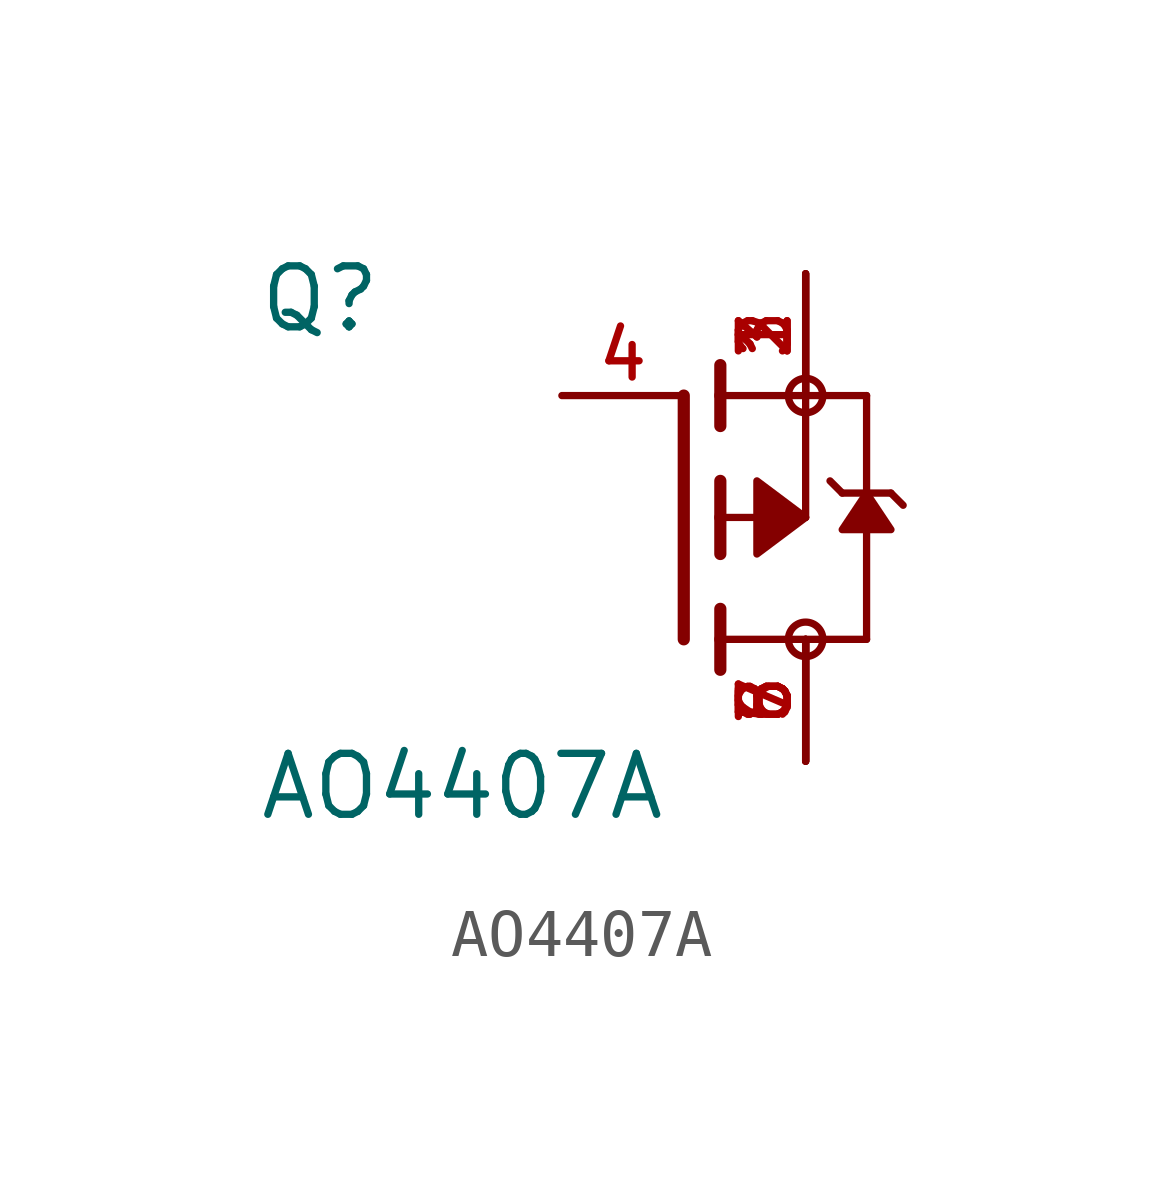
<source format=kicad_sym>
(kicad_symbol_lib
  (version 20211014)
  (generator kicad_symbol_editor)
  (symbol "AO4407A"
    (pin_names
      (offset 1.016))
    (property "Reference" "Q"
      (at -8.89 3.81 0)
      (effects (font (size 1.27 1.27)) (justify bottom left)))
    (property "Value" "AO4407A"
      (at -8.89 -6.35 0)
      (effects (font (size 1.27 1.27)) (justify bottom left)))
    (symbol "AO4407A_0_0"
      (polyline (pts (xy 0.762 -0.762) (xy 0.762 0.0)) (stroke (width 0.254)))
      (polyline (pts (xy 0.762 0.0) (xy 0.762 0.762)) (stroke (width 0.254)))
      (polyline (pts (xy 0.762 -3.175) (xy 0.762 -2.54)) (stroke (width 0.254)))
      (polyline (pts (xy 0.762 -2.54) (xy 0.762 -1.905)) (stroke (width 0.254)))
      (polyline (pts (xy 0.762 0.0) (xy 2.54 0.0)) (stroke (width 0.152)))
      (polyline (pts (xy 2.54 0.0) (xy 2.54 2.54)) (stroke (width 0.152)))
      (polyline (pts (xy 0.762 1.905) (xy 0.762 2.54)) (stroke (width 0.254)))
      (polyline (pts (xy 0.762 2.54) (xy 0.762 3.175)) (stroke (width 0.254)))
      (polyline (pts (xy 0.0 -2.54) (xy 0.0 2.54)) (stroke (width 0.254)))
      (polyline (pts (xy 2.54 2.54) (xy 0.762 2.54)) (stroke (width 0.152)))
      (polyline (pts (xy 3.81 -2.54) (xy 3.81 0.508)) (stroke (width 0.152)))
      (polyline (pts (xy 3.81 0.508) (xy 3.81 2.54)) (stroke (width 0.152)))
      (polyline (pts (xy 2.54 2.54) (xy 3.81 2.54)) (stroke (width 0.152)))
      (polyline (pts (xy 0.762 -2.54) (xy 3.81 -2.54)) (stroke (width 0.152)))
      (polyline (pts (xy 3.048 0.762) (xy 3.302 0.508)) (stroke (width 0.152)))
      (polyline (pts (xy 3.302 0.508) (xy 3.81 0.508)) (stroke (width 0.152)))
      (polyline (pts (xy 3.81 0.508) (xy 4.318 0.508)) (stroke (width 0.152)))
      (polyline (pts (xy 4.318 0.508) (xy 4.572 0.254)) (stroke (width 0.152)))
      (circle (center 2.54 2.54) (radius 0.359) (stroke (width 0.0)) (fill (type none)))
      (circle (center 2.54 -2.54) (radius 0.359) (stroke (width 0.0)) (fill (type none)))
      (polyline (pts (xy 3.81 0.508) (xy 4.318 -0.254) (xy 3.302 -0.254) (xy 3.81 0.508)) (stroke (width 0.152)) (fill (type outline)))
      (polyline (pts (xy 2.54 0.0) (xy 1.524 0.762) (xy 1.524 -0.762) (xy 2.54 0.0)) (stroke (width 0.152)) (fill (type outline)))
      (pin passive line (at 2.54 5.08 270.0) (length 2.54) (name "~" (effects (font (size 1.016 1.016)))) (number "1" (effects (font (size 1.016 1.016)))))
      (pin passive line (at 2.54 5.08 270.0) (length 2.54) (name "~" (effects (font (size 1.016 1.016)))) (number "2" (effects (font (size 1.016 1.016)))))
      (pin passive line (at 2.54 5.08 270.0) (length 2.54) (name "~" (effects (font (size 1.016 1.016)))) (number "3" (effects (font (size 1.016 1.016)))))
      (pin passive line (at -2.54 2.54 0) (length 2.54) (name "~" (effects (font (size 1.016 1.016)))) (number "4" (effects (font (size 1.016 1.016)))))
      (pin passive line (at 2.54 -5.08 90.0) (length 2.54) (name "~" (effects (font (size 1.016 1.016)))) (number "5" (effects (font (size 1.016 1.016)))))
      (pin passive line (at 2.54 -5.08 90.0) (length 2.54) (name "~" (effects (font (size 1.016 1.016)))) (number "6" (effects (font (size 1.016 1.016)))))
      (pin passive line (at 2.54 -5.08 90.0) (length 2.54) (name "~" (effects (font (size 1.016 1.016)))) (number "7" (effects (font (size 1.016 1.016)))))
      (pin passive line (at 2.54 -5.08 90.0) (length 2.54) (name "~" (effects (font (size 1.016 1.016)))) (number "8" (effects (font (size 1.016 1.016))))))))
</source>
